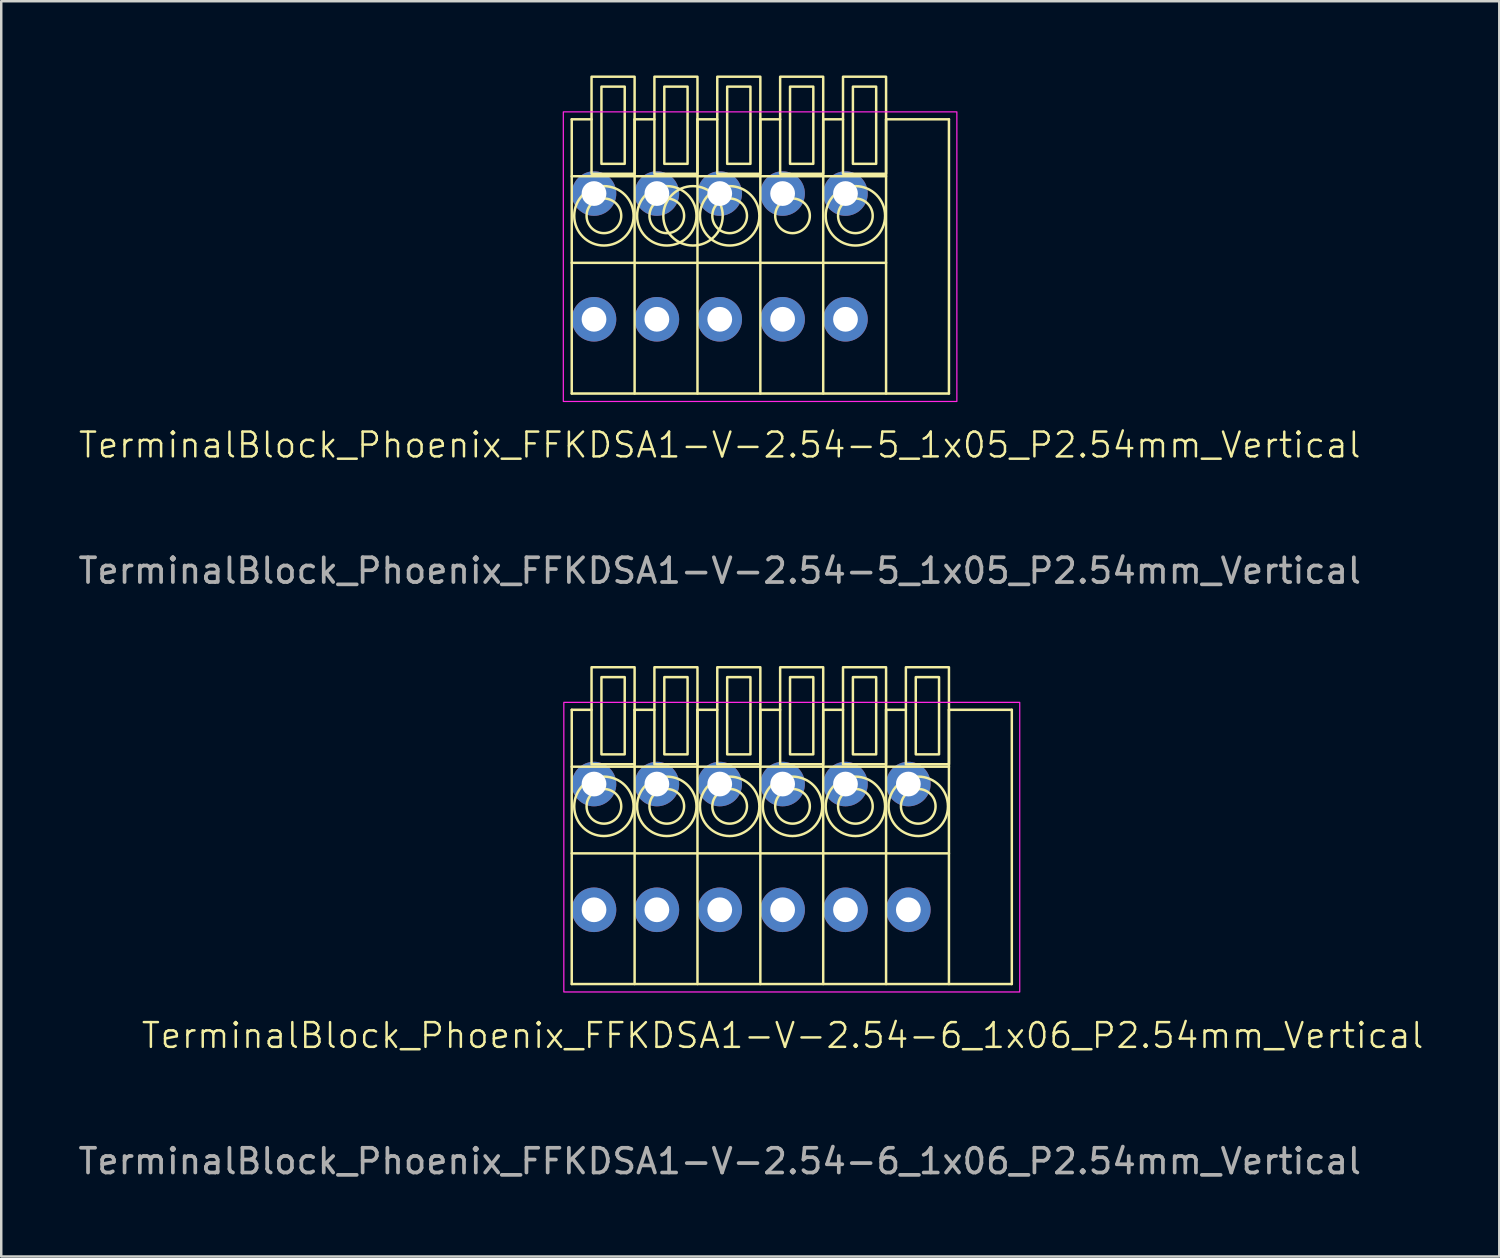
<source format=kicad_pcb>
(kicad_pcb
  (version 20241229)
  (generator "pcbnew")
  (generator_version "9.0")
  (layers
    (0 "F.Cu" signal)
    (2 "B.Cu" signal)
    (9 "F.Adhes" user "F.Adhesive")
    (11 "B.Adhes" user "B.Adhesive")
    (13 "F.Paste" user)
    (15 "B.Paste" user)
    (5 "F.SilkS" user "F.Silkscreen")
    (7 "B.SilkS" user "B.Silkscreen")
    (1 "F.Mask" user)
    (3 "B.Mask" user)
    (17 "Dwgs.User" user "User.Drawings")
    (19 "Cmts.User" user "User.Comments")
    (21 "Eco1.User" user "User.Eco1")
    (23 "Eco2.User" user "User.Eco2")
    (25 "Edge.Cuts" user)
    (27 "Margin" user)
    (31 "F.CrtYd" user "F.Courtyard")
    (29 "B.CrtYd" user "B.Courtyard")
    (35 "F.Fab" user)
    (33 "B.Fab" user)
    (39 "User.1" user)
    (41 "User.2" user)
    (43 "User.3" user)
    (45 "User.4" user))
  (footprint "TerminalBlock_Phoenix_FFKDSA1-V-2.54-5_1x05_P2.54mm_Vertical"
    (layer "F.Cu")
    (at 20.95 9.85)
    (property "Reference" "TerminalBlock_Phoenix_FFKDSA1-V-2.54-5_1x05_P2.54mm_Vertical" (at 5.08 5.08 0) (unlocked yes) (layer "F.SilkS") (effects (font (size 1 1) (thickness 0.1))))
    (attr through_hole)
    (fp_line (start -0.9 3) (end -0.9 -8.08) (stroke (width 0.1) (type default)) (layer "F.SilkS"))
    (fp_line (start -0.1 -8.08) (end -0.9 -8.08) (stroke (width 0.1) (type default)) (layer "F.SilkS"))
    (fp_line (start 1.64 3) (end 1.64 -8.08) (stroke (width 0.1) (type default)) (layer "F.SilkS"))
    (fp_line (start 2.44 -8.08) (end 1.64 -8.08) (stroke (width 0.1) (type default)) (layer "F.SilkS"))
    (fp_line (start 4.18 3) (end 4.18 -8.08) (stroke (width 0.1) (type default)) (layer "F.SilkS"))
    (fp_line (start 4.98 -8.08) (end 4.18 -8.08) (stroke (width 0.1) (type default)) (layer "F.SilkS"))
    (fp_line (start 6.72 3) (end 6.72 -8.08) (stroke (width 0.1) (type default)) (layer "F.SilkS"))
    (fp_line (start 7.52 -8.08) (end 6.72 -8.08) (stroke (width 0.1) (type default)) (layer "F.SilkS"))
    (fp_line (start 9.26 3) (end 9.26 -8.08) (stroke (width 0.1) (type default)) (layer "F.SilkS"))
    (fp_line (start 10.06 -8.08) (end 9.26 -8.08) (stroke (width 0.1) (type default)) (layer "F.SilkS"))
    (fp_line (start 11.8 -5.78) (end -0.9 -5.78) (stroke (width 0.1) (type default)) (layer "F.SilkS"))
    (fp_line (start 11.8 -2.28) (end -0.9 -2.28) (stroke (width 0.1) (type default)) (layer "F.SilkS"))
    (fp_line (start 11.8 3) (end 11.8 -8.08) (stroke (width 0.1) (type default)) (layer "F.SilkS"))
    (fp_line (start 14.34 -8.08) (end 11.8 -8.08) (stroke (width 0.1) (type default)) (layer "F.SilkS"))
    (fp_line (start 14.34 -8.08) (end 14.34 3) (stroke (width 0.1) (type default)) (layer "F.SilkS"))
    (fp_line (start 14.34 3) (end -0.9 3) (stroke (width 0.1) (type default)) (layer "F.SilkS"))
    (fp_rect (start 1.24 -6.28) (end 0.3 -9.4) (stroke (width 0.1) (type default)) (fill no) (layer "F.SilkS"))
    (fp_rect (start 1.64 -5.88) (end -0.1 -9.8) (stroke (width 0.1) (type default)) (fill no) (layer "F.SilkS"))
    (fp_rect (start 3.78 -6.28) (end 2.84 -9.4) (stroke (width 0.1) (type default)) (fill no) (layer "F.SilkS"))
    (fp_rect (start 4.18 -5.88) (end 2.44 -9.8) (stroke (width 0.1) (type default)) (fill no) (layer "F.SilkS"))
    (fp_rect (start 6.32 -6.28) (end 5.38 -9.4) (stroke (width 0.1) (type default)) (fill no) (layer "F.SilkS"))
    (fp_rect (start 6.72 -5.88) (end 4.98 -9.8) (stroke (width 0.1) (type default)) (fill no) (layer "F.SilkS"))
    (fp_rect (start 8.86 -6.28) (end 7.92 -9.4) (stroke (width 0.1) (type default)) (fill no) (layer "F.SilkS"))
    (fp_rect (start 9.26 -5.88) (end 7.52 -9.8) (stroke (width 0.1) (type default)) (fill no) (layer "F.SilkS"))
    (fp_rect (start 11.4 -6.28) (end 10.46 -9.4) (stroke (width 0.1) (type default)) (fill no) (layer "F.SilkS"))
    (fp_rect (start 11.8 -5.88) (end 10.06 -9.8) (stroke (width 0.1) (type default)) (fill no) (layer "F.SilkS"))
    (fp_circle (center 0.4 -4.18) (end -0.8 -4.18) (stroke (width 0.1) (type default)) (fill no) (layer "F.SilkS"))
    (fp_circle (center 0.4 -4.18) (end -0.3 -4.18) (stroke (width 0.1) (type default)) (fill no) (layer "F.SilkS"))
    (fp_circle (center 2.94 -4.18) (end 1.74 -4.18) (stroke (width 0.1) (type default)) (fill no) (layer "F.SilkS"))
    (fp_circle (center 2.94 -4.18) (end 2.24 -4.18) (stroke (width 0.1) (type default)) (fill no) (layer "F.SilkS"))
    (fp_circle (center 4 -4.18) (end 5.2 -4.18) (stroke (width 0.1) (type default)) (fill no) (layer "F.SilkS"))
    (fp_circle (center 5.48 -4.18) (end 4.28 -4.18) (stroke (width 0.1) (type default)) (fill no) (layer "F.SilkS"))
    (fp_circle (center 5.48 -4.18) (end 4.78 -4.18) (stroke (width 0.1) (type default)) (fill no) (layer "F.SilkS"))
    (fp_circle (center 8.02 -4.18) (end 7.32 -4.18) (stroke (width 0.1) (type default)) (fill no) (layer "F.SilkS"))
    (fp_circle (center 10.56 -4.18) (end 9.36 -4.18) (stroke (width 0.1) (type default)) (fill no) (layer "F.SilkS"))
    (fp_circle (center 10.56 -4.18) (end 9.86 -4.18) (stroke (width 0.1) (type default)) (fill no) (layer "F.SilkS"))
    (fp_rect (start 14.66 3.32) (end -1.24 -8.38) (stroke (width 0.05) (type default)) (fill no) (layer "F.CrtYd"))
    (fp_text user "${REFERENCE}" (at 5.08 10.16 0) (unlocked yes) (layer "F.Fab") (effects (font (size 1 1) (thickness 0.15))))
    (pad "1" thru_hole circle (at 0 -5.08 180) (size 1.8 1.8) (drill 1) (layers "*.Cu" "*.Mask"))
    (pad "1" thru_hole circle (at 0 0 180) (size 1.8 1.8) (drill 1) (layers "*.Cu" "*.Mask"))
    (pad "2" thru_hole circle (at 2.54 -5.08 180) (size 1.8 1.8) (drill 1) (layers "*.Cu" "*.Mask"))
    (pad "2" thru_hole circle (at 2.54 0 180) (size 1.8 1.8) (drill 1) (layers "*.Cu" "*.Mask"))
    (pad "3" thru_hole circle (at 5.08 -5.08 180) (size 1.8 1.8) (drill 1) (layers "*.Cu" "*.Mask"))
    (pad "3" thru_hole circle (at 5.08 0 180) (size 1.8 1.8) (drill 1) (layers "*.Cu" "*.Mask"))
    (pad "4" thru_hole circle (at 7.62 -5.08 180) (size 1.8 1.8) (drill 1) (layers "*.Cu" "*.Mask"))
    (pad "4" thru_hole circle (at 7.62 0 180) (size 1.8 1.8) (drill 1) (layers "*.Cu" "*.Mask"))
    (pad "5" thru_hole circle (at 10.16 -5.08 180) (size 1.8 1.8) (drill 1) (layers "*.Cu" "*.Mask"))
    (pad "5" thru_hole circle (at 10.16 0 180) (size 1.8 1.8) (drill 1) (layers "*.Cu" "*.Mask")))
  (footprint "TerminalBlock_Phoenix_FFKDSA1-V-2.54-6_1x06_P2.54mm_Vertical"
    (layer "F.Cu")
    (at 20.95 33.708)
    (property "Reference" "TerminalBlock_Phoenix_FFKDSA1-V-2.54-6_1x06_P2.54mm_Vertical" (at 7.62 5.08 0) (unlocked yes) (layer "F.SilkS") (effects (font (size 1 1) (thickness 0.1))))
    (attr through_hole)
    (fp_line (start -0.9 3) (end -0.9 -8.08) (stroke (width 0.1) (type default)) (layer "F.SilkS"))
    (fp_line (start -0.1 -8.08) (end -0.9 -8.08) (stroke (width 0.1) (type default)) (layer "F.SilkS"))
    (fp_line (start 1.64 3) (end 1.64 -8.08) (stroke (width 0.1) (type default)) (layer "F.SilkS"))
    (fp_line (start 2.44 -8.08) (end 1.64 -8.08) (stroke (width 0.1) (type default)) (layer "F.SilkS"))
    (fp_line (start 4.18 3) (end 4.18 -8.08) (stroke (width 0.1) (type default)) (layer "F.SilkS"))
    (fp_line (start 4.98 -8.08) (end 4.18 -8.08) (stroke (width 0.1) (type default)) (layer "F.SilkS"))
    (fp_line (start 6.72 3) (end 6.72 -8.08) (stroke (width 0.1) (type default)) (layer "F.SilkS"))
    (fp_line (start 7.52 -8.08) (end 6.72 -8.08) (stroke (width 0.1) (type default)) (layer "F.SilkS"))
    (fp_line (start 9.26 3) (end 9.26 -8.08) (stroke (width 0.1) (type default)) (layer "F.SilkS"))
    (fp_line (start 10.06 -8.08) (end 9.26 -8.08) (stroke (width 0.1) (type default)) (layer "F.SilkS"))
    (fp_line (start 11.8 3) (end 11.8 -8.08) (stroke (width 0.1) (type default)) (layer "F.SilkS"))
    (fp_line (start 12.6 -8.08) (end 11.8 -8.08) (stroke (width 0.1) (type default)) (layer "F.SilkS"))
    (fp_line (start 14.34 -5.78) (end -0.9 -5.78) (stroke (width 0.1) (type default)) (layer "F.SilkS"))
    (fp_line (start 14.34 -2.28) (end -0.9 -2.28) (stroke (width 0.1) (type default)) (layer "F.SilkS"))
    (fp_line (start 14.34 3) (end 14.34 -8.08) (stroke (width 0.1) (type default)) (layer "F.SilkS"))
    (fp_line (start 16.88 -8.08) (end 14.34 -8.08) (stroke (width 0.1) (type default)) (layer "F.SilkS"))
    (fp_line (start 16.88 -8.08) (end 16.88 3) (stroke (width 0.1) (type default)) (layer "F.SilkS"))
    (fp_line (start 16.88 3) (end -0.9 3) (stroke (width 0.1) (type default)) (layer "F.SilkS"))
    (fp_rect (start 1.24 -6.28) (end 0.3 -9.4) (stroke (width 0.1) (type default)) (fill no) (layer "F.SilkS"))
    (fp_rect (start 1.64 -5.88) (end -0.1 -9.8) (stroke (width 0.1) (type default)) (fill no) (layer "F.SilkS"))
    (fp_rect (start 3.78 -6.28) (end 2.84 -9.4) (stroke (width 0.1) (type default)) (fill no) (layer "F.SilkS"))
    (fp_rect (start 4.18 -5.88) (end 2.44 -9.8) (stroke (width 0.1) (type default)) (fill no) (layer "F.SilkS"))
    (fp_rect (start 6.32 -6.28) (end 5.38 -9.4) (stroke (width 0.1) (type default)) (fill no) (layer "F.SilkS"))
    (fp_rect (start 6.72 -5.88) (end 4.98 -9.8) (stroke (width 0.1) (type default)) (fill no) (layer "F.SilkS"))
    (fp_rect (start 8.86 -6.28) (end 7.92 -9.4) (stroke (width 0.1) (type default)) (fill no) (layer "F.SilkS"))
    (fp_rect (start 9.26 -5.88) (end 7.52 -9.8) (stroke (width 0.1) (type default)) (fill no) (layer "F.SilkS"))
    (fp_rect (start 11.4 -6.28) (end 10.46 -9.4) (stroke (width 0.1) (type default)) (fill no) (layer "F.SilkS"))
    (fp_rect (start 11.8 -5.88) (end 10.06 -9.8) (stroke (width 0.1) (type default)) (fill no) (layer "F.SilkS"))
    (fp_rect (start 13.94 -6.28) (end 13 -9.4) (stroke (width 0.1) (type default)) (fill no) (layer "F.SilkS"))
    (fp_rect (start 14.34 -5.88) (end 12.6 -9.8) (stroke (width 0.1) (type default)) (fill no) (layer "F.SilkS"))
    (fp_circle (center 0.4 -4.18) (end -0.8 -4.18) (stroke (width 0.1) (type default)) (fill no) (layer "F.SilkS"))
    (fp_circle (center 0.4 -4.18) (end -0.3 -4.18) (stroke (width 0.1) (type default)) (fill no) (layer "F.SilkS"))
    (fp_circle (center 2.94 -4.18) (end 1.74 -4.18) (stroke (width 0.1) (type default)) (fill no) (layer "F.SilkS"))
    (fp_circle (center 2.94 -4.18) (end 2.24 -4.18) (stroke (width 0.1) (type default)) (fill no) (layer "F.SilkS"))
    (fp_circle (center 5.48 -4.18) (end 4.28 -4.18) (stroke (width 0.1) (type default)) (fill no) (layer "F.SilkS"))
    (fp_circle (center 5.48 -4.18) (end 4.78 -4.18) (stroke (width 0.1) (type default)) (fill no) (layer "F.SilkS"))
    (fp_circle (center 8.02 -4.18) (end 6.82 -4.18) (stroke (width 0.1) (type default)) (fill no) (layer "F.SilkS"))
    (fp_circle (center 8.02 -4.18) (end 7.32 -4.18) (stroke (width 0.1) (type default)) (fill no) (layer "F.SilkS"))
    (fp_circle (center 10.56 -4.18) (end 9.36 -4.18) (stroke (width 0.1) (type default)) (fill no) (layer "F.SilkS"))
    (fp_circle (center 10.56 -4.18) (end 9.86 -4.18) (stroke (width 0.1) (type default)) (fill no) (layer "F.SilkS"))
    (fp_circle (center 13.1 -4.18) (end 11.9 -4.18) (stroke (width 0.1) (type default)) (fill no) (layer "F.SilkS"))
    (fp_circle (center 13.1 -4.18) (end 12.4 -4.18) (stroke (width 0.1) (type default)) (fill no) (layer "F.SilkS"))
    (fp_rect (start 17.2 3.32) (end -1.22 -8.38) (stroke (width 0.05) (type default)) (fill no) (layer "F.CrtYd"))
    (fp_text user "${REFERENCE}" (at 5.08 10.16 0) (unlocked yes) (layer "F.Fab") (effects (font (size 1 1) (thickness 0.15))))
    (pad "1" thru_hole circle (at 0 -5.08 180) (size 1.8 1.8) (drill 1) (layers "*.Cu" "*.Mask"))
    (pad "1" thru_hole circle (at 0 0 180) (size 1.8 1.8) (drill 1) (layers "*.Cu" "*.Mask"))
    (pad "2" thru_hole circle (at 2.54 -5.08 180) (size 1.8 1.8) (drill 1) (layers "*.Cu" "*.Mask"))
    (pad "2" thru_hole circle (at 2.54 0 180) (size 1.8 1.8) (drill 1) (layers "*.Cu" "*.Mask"))
    (pad "3" thru_hole circle (at 5.08 -5.08 180) (size 1.8 1.8) (drill 1) (layers "*.Cu" "*.Mask"))
    (pad "3" thru_hole circle (at 5.08 0 180) (size 1.8 1.8) (drill 1) (layers "*.Cu" "*.Mask"))
    (pad "4" thru_hole circle (at 7.62 -5.08 180) (size 1.8 1.8) (drill 1) (layers "*.Cu" "*.Mask"))
    (pad "4" thru_hole circle (at 7.62 0 180) (size 1.8 1.8) (drill 1) (layers "*.Cu" "*.Mask"))
    (pad "5" thru_hole circle (at 10.16 -5.08 180) (size 1.8 1.8) (drill 1) (layers "*.Cu" "*.Mask"))
    (pad "5" thru_hole circle (at 10.16 0 180) (size 1.8 1.8) (drill 1) (layers "*.Cu" "*.Mask"))
    (pad "6" thru_hole circle (at 12.7 -5.08 180) (size 1.8 1.8) (drill 1) (layers "*.Cu" "*.Mask"))
    (pad "6" thru_hole circle (at 12.7 0 180) (size 1.8 1.8) (drill 1) (layers "*.Cu" "*.Mask")))
  (gr_rect
    (start -3 -3)
    (end 57.525 47.717)
    (stroke (width 0.1) (type default))
    (fill no)
    (layer "Edge.Cuts")))
</source>
